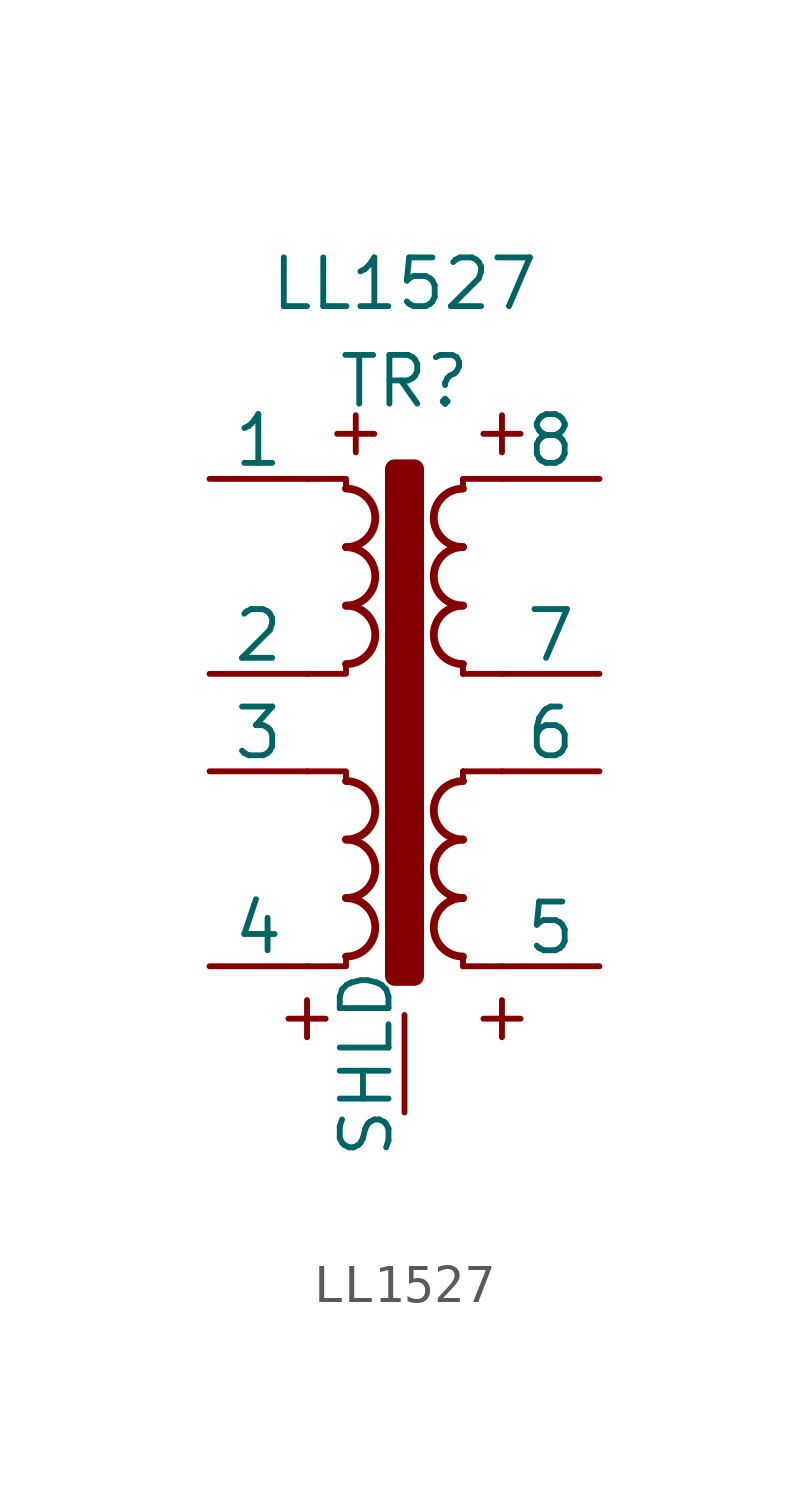
<source format=kicad_sym>
(kicad_symbol_lib
  (version 20211014)
  (generator kicad_symbol_editor)
  (symbol "LL1527"
    (pin_numbers hide)
    (pin_names
      (offset 0))
    (property "Reference" "TR"
      (at 0 10.16 0)
      (effects (font (size 1.27 1.27))))
    (property "Value" "LL1527"
      (at 0 12.7 0)
      (effects (font (size 1.27 1.27))))
    (symbol "LL1527_0_0"
      (text "+" (at -2.54 -6.35 0) (effects (font (size 1.27 1.27))))
      (text "+" (at -1.27 8.89 0) (effects (font (size 1.27 1.27))))
      (text "+" (at 2.54 -6.35 0) (effects (font (size 1.27 1.27))))
      (text "+" (at 2.54 8.89 0) (effects (font (size 1.27 1.27)))))
    (symbol "LL1527_0_1"
      (arc (start -1.524 -4.826) (mid -0.762 -4.064) (end -1.524 -3.302) (stroke (width 0.2032) (type default) (color 0 0 0 0)) (fill (type none)))
      (arc (start -1.524 -3.302) (mid -0.762 -2.54) (end -1.524 -1.778) (stroke (width 0.2032) (type default) (color 0 0 0 0)) (fill (type none)))
      (arc (start -1.524 -1.778) (mid -0.762 -1.016) (end -1.524 -0.254) (stroke (width 0.2032) (type default) (color 0 0 0 0)) (fill (type none)))
      (arc (start -1.524 2.794) (mid -0.762 3.556) (end -1.524 4.318) (stroke (width 0.2032) (type default) (color 0 0 0 0)) (fill (type none)))
      (arc (start -1.524 4.318) (mid -0.762 5.08) (end -1.524 5.842) (stroke (width 0.2032) (type default) (color 0 0 0 0)) (fill (type none)))
      (arc (start -1.524 5.842) (mid -0.762 6.604) (end -1.524 7.366) (stroke (width 0.2032) (type default) (color 0 0 0 0)) (fill (type none)))
      (rectangle (start -0.254 7.874) (end 0.254 -5.334) (stroke (width 0.508) (type default) (color 0 0 0 0)) (fill (type outline)))
      (polyline (pts (xy 1.524 -4.826) (xy 1.524 -5.08) (xy 1.524 -5.08)) (stroke (width 0) (type default) (color 0 0 0 0)) (fill (type outline)))
      (polyline (pts (xy 1.524 0) (xy 1.524 -0.254) (xy 1.524 -0.254)) (stroke (width 0) (type default) (color 0 0 0 0)) (fill (type outline)))
      (polyline (pts (xy 1.524 0) (xy 2.54 0) (xy 2.54 0)) (stroke (width 0) (type default) (color 0 0 0 0)) (fill (type none)))
      (polyline (pts (xy 1.524 2.54) (xy 1.524 2.794) (xy 1.524 2.794)) (stroke (width 0) (type default) (color 0 0 0 0)) (fill (type outline)))
      (polyline (pts (xy 1.524 2.54) (xy 2.54 2.54) (xy 2.54 2.54)) (stroke (width 0) (type default) (color 0 0 0 0)) (fill (type none)))
      (polyline (pts (xy 1.524 7.62) (xy 1.524 7.366) (xy 1.524 7.366)) (stroke (width 0) (type default) (color 0 0 0 0)) (fill (type outline)))
      (polyline (pts (xy 1.524 7.62) (xy 2.54 7.62) (xy 2.54 7.62)) (stroke (width 0) (type default) (color 0 0 0 0)) (fill (type none)))
      (polyline (pts (xy 2.54 -5.08) (xy 1.524 -5.08) (xy 1.524 -5.08)) (stroke (width 0) (type default) (color 0 0 0 0)) (fill (type none)))
      (polyline (pts (xy -1.524 -4.826) (xy -1.524 -5.08) (xy -2.54 -5.08) (xy -2.54 -5.08)) (stroke (width 0) (type default) (color 0 0 0 0)) (fill (type none)))
      (polyline (pts (xy -1.524 -0.254) (xy -1.524 0) (xy -2.54 0) (xy -2.54 0)) (stroke (width 0) (type default) (color 0 0 0 0)) (fill (type none)))
      (polyline (pts (xy -1.524 2.794) (xy -1.524 2.54) (xy -2.54 2.54) (xy -2.54 2.54)) (stroke (width 0) (type default) (color 0 0 0 0)) (fill (type none)))
      (polyline (pts (xy -1.524 7.366) (xy -1.524 7.62) (xy -2.54 7.62) (xy -2.54 7.62)) (stroke (width 0) (type default) (color 0 0 0 0)) (fill (type none)))
      (arc (start 1.524 -3.302) (mid 0.762 -4.064) (end 1.524 -4.826) (stroke (width 0.2032) (type default) (color 0 0 0 0)) (fill (type none)))
      (arc (start 1.524 -1.778) (mid 0.762 -2.54) (end 1.524 -3.302) (stroke (width 0.2032) (type default) (color 0 0 0 0)) (fill (type none)))
      (arc (start 1.524 -0.254) (mid 0.762 -1.016) (end 1.524 -1.778) (stroke (width 0.2032) (type default) (color 0 0 0 0)) (fill (type none)))
      (arc (start 1.524 4.318) (mid 0.762 3.556) (end 1.524 2.794) (stroke (width 0.2032) (type default) (color 0 0 0 0)) (fill (type none)))
      (arc (start 1.524 5.842) (mid 0.762 5.08) (end 1.524 4.318) (stroke (width 0.2032) (type default) (color 0 0 0 0)) (fill (type none)))
      (arc (start 1.524 7.366) (mid 0.762 6.604) (end 1.524 5.842) (stroke (width 0.2032) (type default) (color 0 0 0 0)) (fill (type none))))
    (symbol "LL1527_1_1"
      (pin passive line (at -5.08 7.62 0) (length 2.54) (name "1" (effects (font (size 1.27 1.27)))) (number "1" (effects (font (size 1.27 1.27)))))
      (pin passive line (at -5.08 2.54 0) (length 2.54) (name "2" (effects (font (size 1.27 1.27)))) (number "2" (effects (font (size 1.27 1.27)))))
      (pin passive line (at -5.08 0 0) (length 2.54) (name "3" (effects (font (size 1.27 1.27)))) (number "3" (effects (font (size 1.27 1.27)))))
      (pin passive line (at -5.08 -5.08 0) (length 2.54) (name "4" (effects (font (size 1.27 1.27)))) (number "4" (effects (font (size 1.27 1.27)))))
      (pin passive line (at 5.08 -5.08 180) (length 2.54) (name "5" (effects (font (size 1.27 1.27)))) (number "5" (effects (font (size 1.27 1.27)))))
      (pin passive line (at 5.08 0 180) (length 2.54) (name "6" (effects (font (size 1.27 1.27)))) (number "6" (effects (font (size 1.27 1.27)))))
      (pin passive line (at 5.08 2.54 180) (length 2.54) (name "7" (effects (font (size 1.27 1.27)))) (number "7" (effects (font (size 1.27 1.27)))))
      (pin passive line (at 5.08 7.62 180) (length 2.54) (name "8" (effects (font (size 1.27 1.27)))) (number "8" (effects (font (size 1.27 1.27)))))
      (pin input line (at 0 -8.89 90) (length 2.54) (name "SHLD" (effects (font (size 1.27 1.27)))) (number "9" (effects (font (size 1.27 1.27))))))))
</source>
